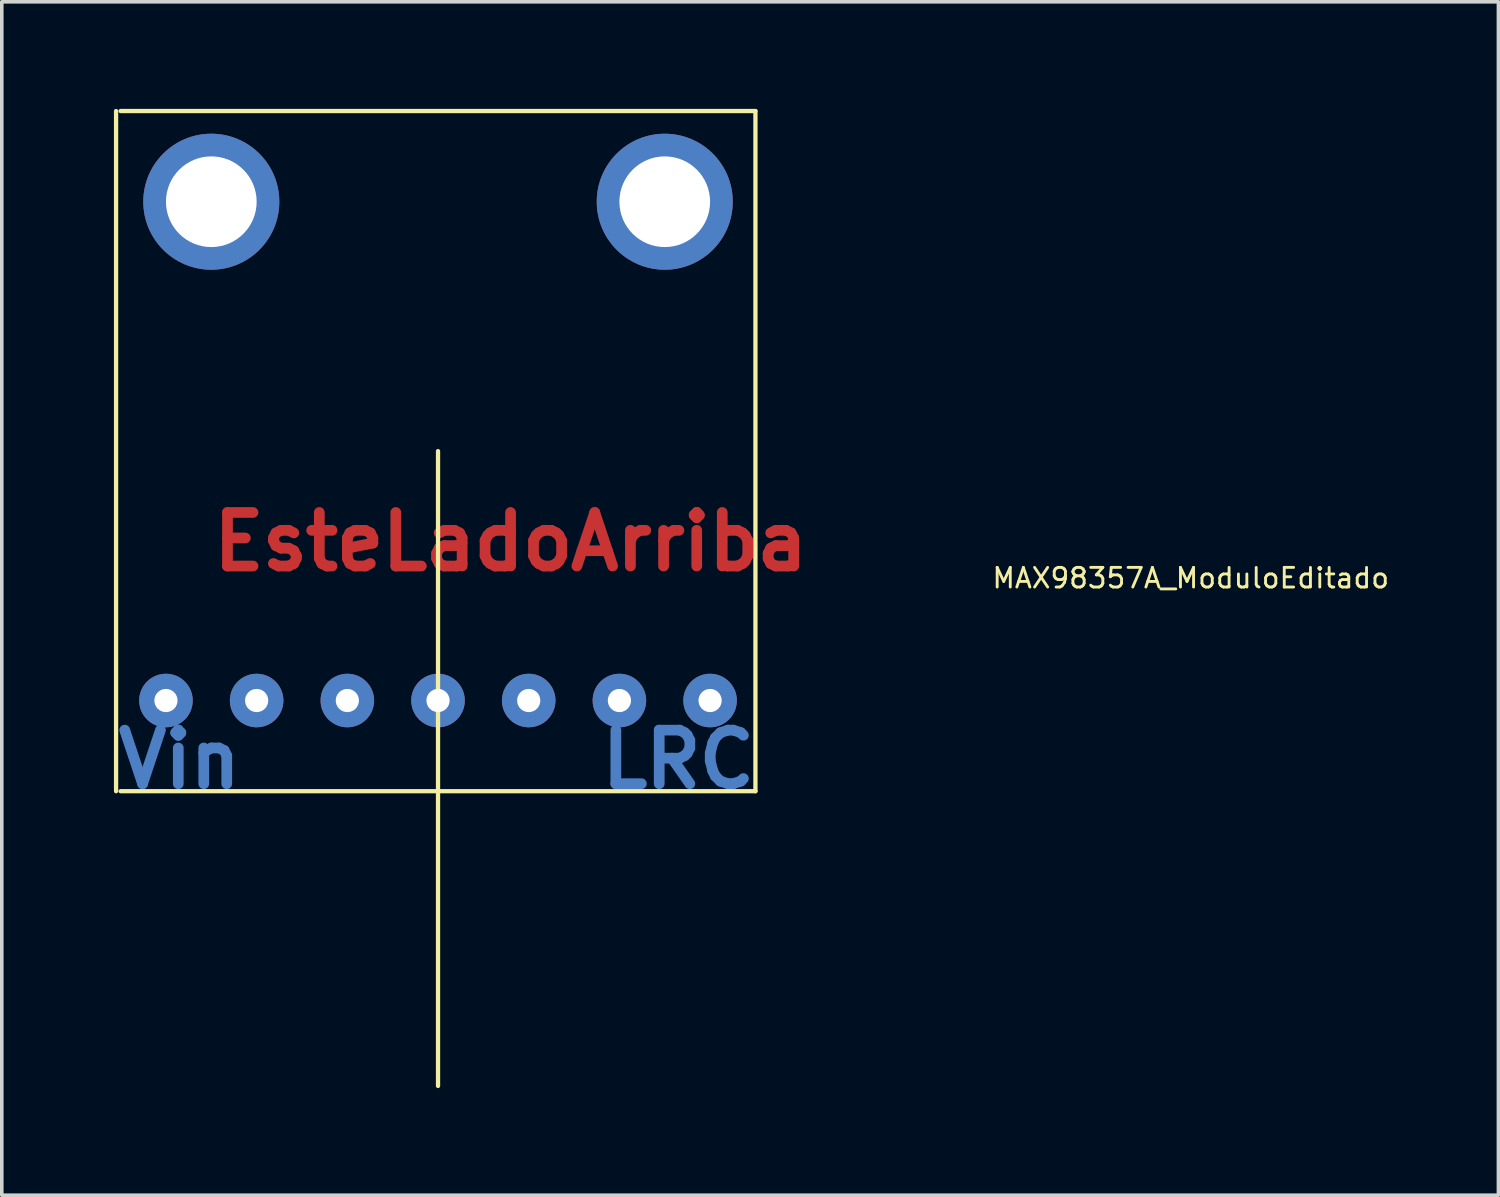
<source format=kicad_pcb>
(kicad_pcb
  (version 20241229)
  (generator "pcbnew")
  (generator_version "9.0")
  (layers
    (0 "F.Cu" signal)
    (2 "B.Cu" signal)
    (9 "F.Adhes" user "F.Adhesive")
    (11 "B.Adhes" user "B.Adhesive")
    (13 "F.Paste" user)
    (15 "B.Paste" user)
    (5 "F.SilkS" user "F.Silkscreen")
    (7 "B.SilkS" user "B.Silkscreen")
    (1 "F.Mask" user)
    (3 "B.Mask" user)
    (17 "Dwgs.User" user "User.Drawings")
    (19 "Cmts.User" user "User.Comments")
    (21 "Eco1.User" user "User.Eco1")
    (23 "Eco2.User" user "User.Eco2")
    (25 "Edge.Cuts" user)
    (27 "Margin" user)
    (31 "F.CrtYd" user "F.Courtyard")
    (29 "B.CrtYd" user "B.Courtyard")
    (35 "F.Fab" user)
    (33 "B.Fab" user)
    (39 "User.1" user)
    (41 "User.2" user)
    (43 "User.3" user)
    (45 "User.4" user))
  (footprint "MAX98357A_ModuloEditado"
    (layer "F.Cu")
    (at 9.218 9.585)
    (property "Reference" "MAX98357A_ModuloEditado" (at 21.082 3.556 0) (layer "F.SilkS") (effects (font (size 0.55 0.55) (thickness 0.08))))
    (attr through_hole)
    (fp_line (start -9.017 -9.525) (end -9.017 9.525) (stroke (width 0.12) (type solid)) (layer "F.SilkS"))
    (fp_line (start -8.89 -9.525) (end 8.89 -9.525) (stroke (width 0.12) (type solid)) (layer "F.SilkS"))
    (fp_line (start -8.89 9.525) (end 8.89 9.525) (stroke (width 0.12) (type solid)) (layer "F.SilkS"))
    (fp_line (start 0 17.78) (end 0 0) (stroke (width 0.12) (type solid)) (layer "F.SilkS"))
    (fp_line (start 8.89 -9.525) (end 8.89 9.525) (stroke (width 0.12) (type solid)) (layer "F.SilkS"))
    (fp_text user "EsteLadoArriba" (at 2.032 2.54 0) (unlocked yes) (layer "F.Cu") (effects (font (size 1.5 1.5) (thickness 0.3))))
    (fp_text user "Vin" (at -7.239 8.636 0) (unlocked yes) (layer "B.Cu") (effects (font (size 1.5 1.5) (thickness 0.3))))
    (fp_text user "LRC" (at 6.731 8.636 0) (unlocked yes) (layer "B.Cu") (effects (font (size 1.5 1.5) (thickness 0.3))))
    (pad "" thru_hole circle (at -6.35 -6.985) (size 3.81 3.81) (drill 2.54) (layers "*.Cu" "*.Mask"))
    (pad "" thru_hole circle (at 6.35 -6.985) (size 3.81 3.81) (drill 2.54) (layers "*.Cu" "*.Mask"))
    (pad "1" thru_hole circle (at -7.62 6.985) (size 1.5 1.5) (drill 0.65) (layers "*.Cu" "*.Mask"))
    (pad "2" thru_hole circle (at -5.08 6.985) (size 1.5 1.5) (drill 0.65) (layers "*.Cu" "*.Mask"))
    (pad "3" thru_hole circle (at -2.54 6.985) (size 1.5 1.5) (drill 0.65) (layers "*.Cu" "*.Mask"))
    (pad "4" thru_hole circle (at 0 6.985) (size 1.5 1.5) (drill 0.65) (layers "*.Cu" "*.Mask"))
    (pad "5" thru_hole circle (at 2.54 6.985) (size 1.5 1.5) (drill 0.65) (layers "*.Cu" "*.Mask"))
    (pad "6" thru_hole circle (at 5.08 6.985) (size 1.5 1.5) (drill 0.65) (layers "*.Cu" "*.Mask"))
    (pad "7" thru_hole circle (at 7.62 6.985) (size 1.5 1.5) (drill 0.65) (layers "*.Cu" "*.Mask")))
  (gr_rect
    (start -3 -3)
    (end 38.917 30.425)
    (stroke (width 0.1) (type default))
    (fill no)
    (layer "Edge.Cuts")))
</source>
